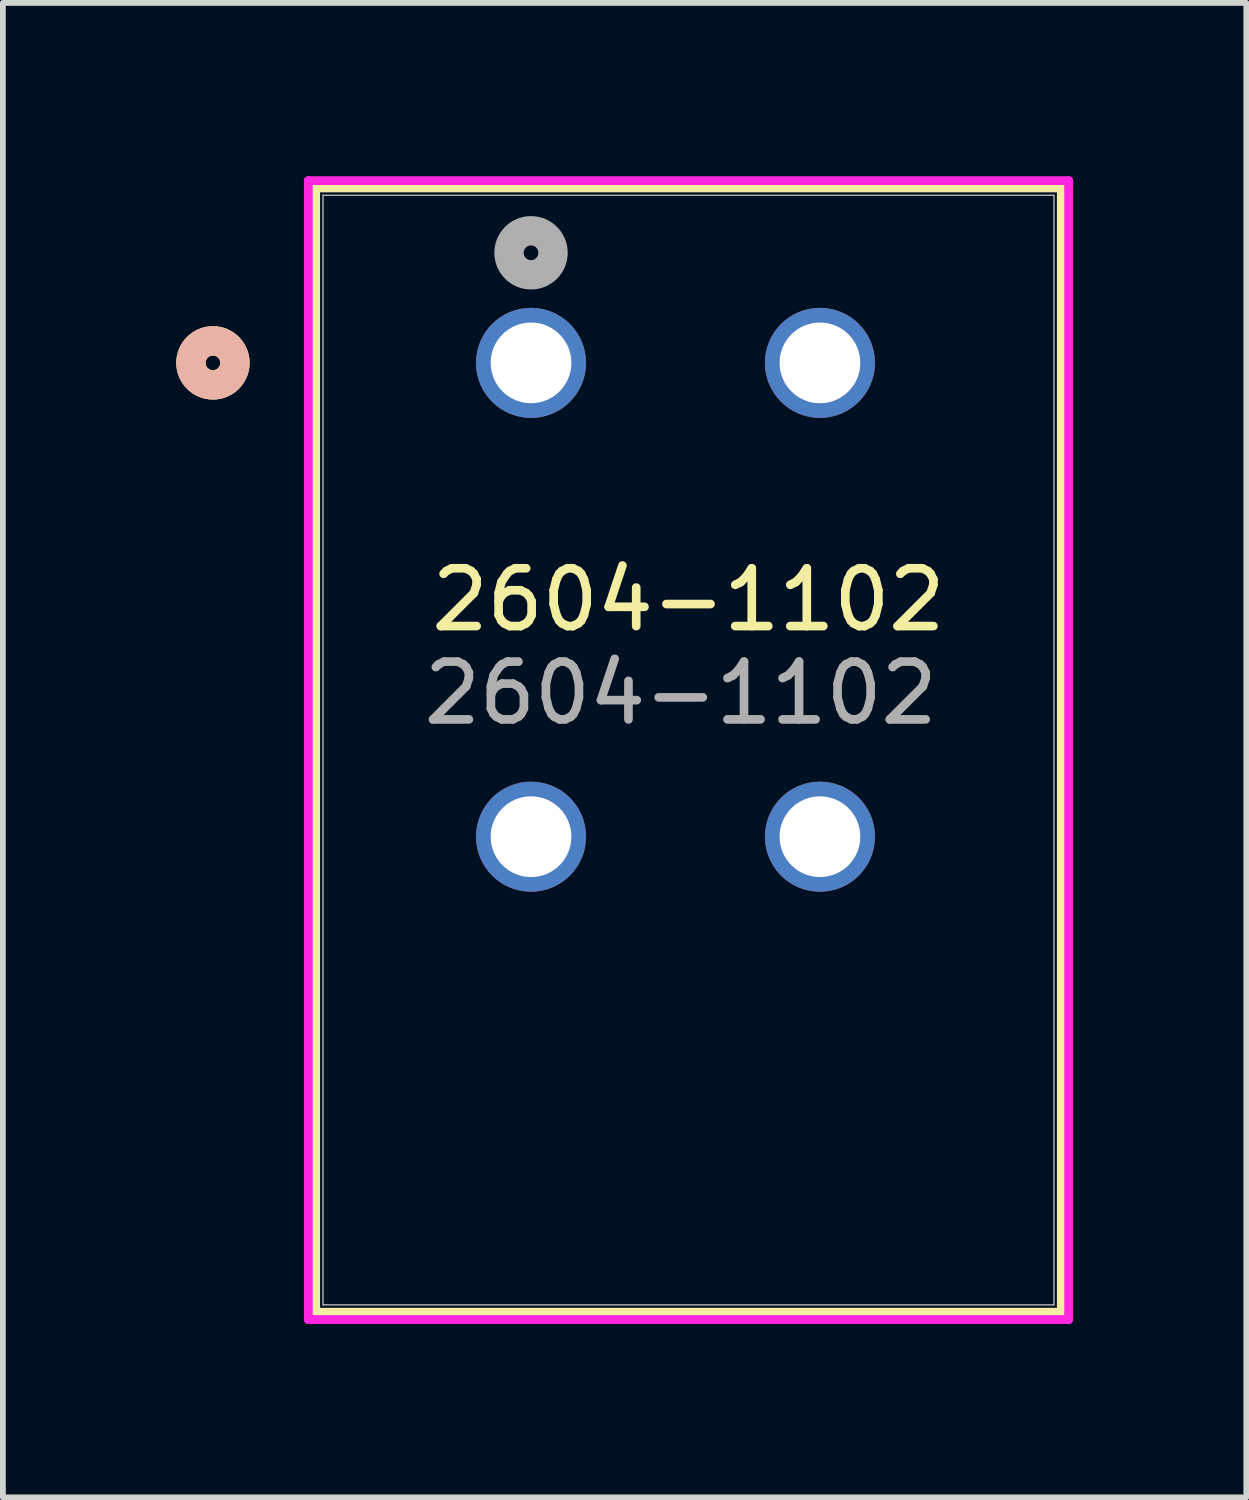
<source format=kicad_pcb>
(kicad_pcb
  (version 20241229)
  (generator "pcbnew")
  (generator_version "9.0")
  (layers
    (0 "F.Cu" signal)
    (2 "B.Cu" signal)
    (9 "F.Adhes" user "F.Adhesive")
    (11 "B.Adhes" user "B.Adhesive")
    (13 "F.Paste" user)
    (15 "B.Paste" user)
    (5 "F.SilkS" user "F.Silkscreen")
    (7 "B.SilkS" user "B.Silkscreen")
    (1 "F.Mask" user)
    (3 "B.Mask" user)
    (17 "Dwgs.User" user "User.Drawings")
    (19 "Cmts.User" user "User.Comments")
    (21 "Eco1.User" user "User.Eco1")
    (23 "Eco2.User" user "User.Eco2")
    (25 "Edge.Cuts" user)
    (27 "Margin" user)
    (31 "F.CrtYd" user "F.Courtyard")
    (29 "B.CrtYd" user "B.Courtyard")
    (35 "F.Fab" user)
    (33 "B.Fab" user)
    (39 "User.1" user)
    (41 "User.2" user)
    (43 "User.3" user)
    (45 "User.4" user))
  (footprint "2604-1102"
    (layer "F.Cu")
    (at 6.14 3.23)
    (property "Reference" "2604-1102" (at 2.725 4.1 0) (unlocked yes) (layer "F.SilkS") (effects (font (size 1 1) (thickness 0.15))))
    (attr through_hole)
    (fp_line (start -3.727 -3.027) (end -3.727 16.429) (stroke (width 0.152) (type solid)) (layer "F.SilkS"))
    (fp_line (start -3.727 16.429) (end 9.177 16.429) (stroke (width 0.152) (type solid)) (layer "F.SilkS"))
    (fp_line (start 9.177 -3.027) (end -3.727 -3.027) (stroke (width 0.152) (type solid)) (layer "F.SilkS"))
    (fp_line (start 9.177 16.429) (end 9.177 -3.027) (stroke (width 0.152) (type solid)) (layer "F.SilkS"))
    (fp_circle (center -5.505 0) (end -5.124 0) (stroke (width 0.508) (type solid)) (fill no) (layer "F.SilkS"))
    (fp_circle (center -5.505 0) (end -5.124 0) (stroke (width 0.508) (type solid)) (fill no) (layer "B.SilkS"))
    (fp_line (start -3.854 -3.154) (end -3.854 16.556) (stroke (width 0.152) (type solid)) (layer "F.CrtYd"))
    (fp_line (start -3.854 16.556) (end 9.304 16.556) (stroke (width 0.152) (type solid)) (layer "F.CrtYd"))
    (fp_line (start 9.304 -3.154) (end -3.854 -3.154) (stroke (width 0.152) (type solid)) (layer "F.CrtYd"))
    (fp_line (start 9.304 16.556) (end 9.304 -3.154) (stroke (width 0.152) (type solid)) (layer "F.CrtYd"))
    (fp_line (start -3.6 -2.9) (end -3.6 16.302) (stroke (width 0.025) (type solid)) (layer "F.Fab"))
    (fp_line (start -3.6 16.302) (end 9.05 16.302) (stroke (width 0.025) (type solid)) (layer "F.Fab"))
    (fp_line (start 9.05 -2.9) (end -3.6 -2.9) (stroke (width 0.025) (type solid)) (layer "F.Fab"))
    (fp_line (start 9.05 16.302) (end 9.05 -2.9) (stroke (width 0.025) (type solid)) (layer "F.Fab"))
    (fp_circle (center 0 -1.905) (end 0.381 -1.905) (stroke (width 0.508) (type solid)) (fill no) (layer "F.Fab"))
    (fp_text user "${REFERENCE}" (at 2.591 5.715 0) (unlocked yes) (layer "F.Fab") (effects (font (size 1 1) (thickness 0.15))))
    (pad "1_1" thru_hole circle (at 0 0) (size 1.905 1.905) (drill 1.397) (layers "*.Cu" "*.Mask"))
    (pad "1_2" thru_hole circle (at 0 8.2) (size 1.905 1.905) (drill 1.397) (layers "*.Cu" "*.Mask"))
    (pad "2_1" thru_hole circle (at 5 0) (size 1.905 1.905) (drill 1.397) (layers "*.Cu" "*.Mask"))
    (pad "2_2" thru_hole circle (at 5 8.2) (size 1.905 1.905) (drill 1.397) (layers "*.Cu" "*.Mask")))
  (gr_rect
    (start -3 -3)
    (end 18.519 22.863)
    (stroke (width 0.1) (type default))
    (fill no)
    (layer "Edge.Cuts")))
</source>
